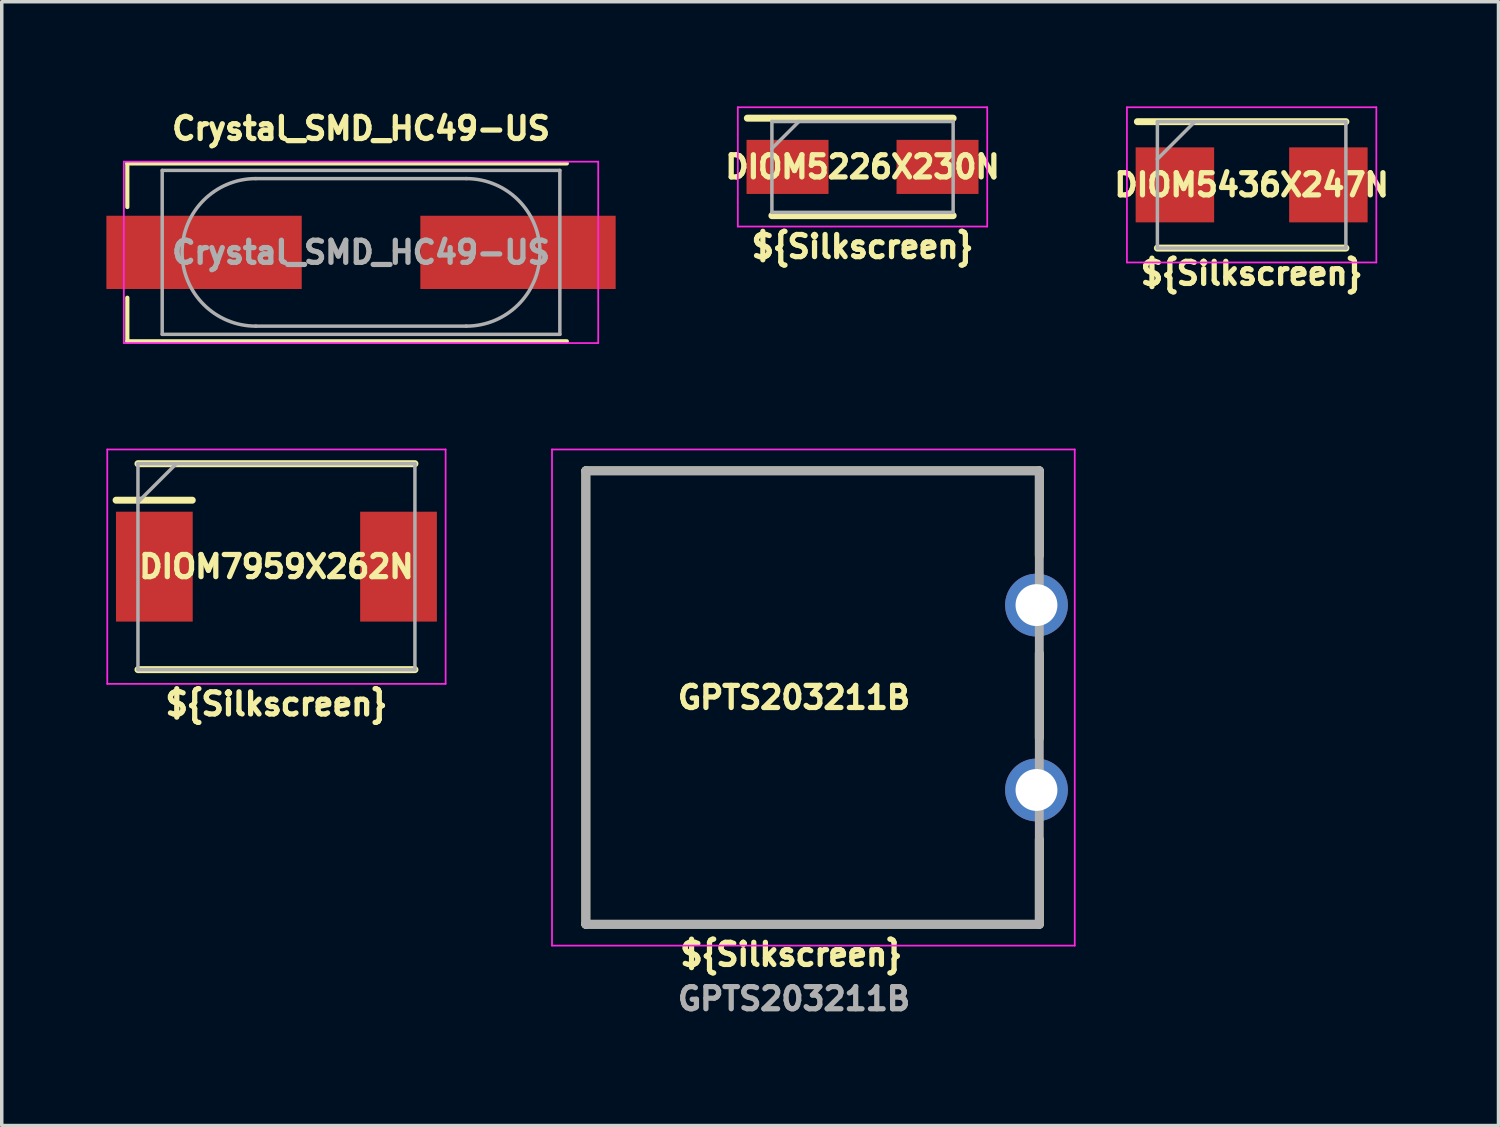
<source format=kicad_pcb>
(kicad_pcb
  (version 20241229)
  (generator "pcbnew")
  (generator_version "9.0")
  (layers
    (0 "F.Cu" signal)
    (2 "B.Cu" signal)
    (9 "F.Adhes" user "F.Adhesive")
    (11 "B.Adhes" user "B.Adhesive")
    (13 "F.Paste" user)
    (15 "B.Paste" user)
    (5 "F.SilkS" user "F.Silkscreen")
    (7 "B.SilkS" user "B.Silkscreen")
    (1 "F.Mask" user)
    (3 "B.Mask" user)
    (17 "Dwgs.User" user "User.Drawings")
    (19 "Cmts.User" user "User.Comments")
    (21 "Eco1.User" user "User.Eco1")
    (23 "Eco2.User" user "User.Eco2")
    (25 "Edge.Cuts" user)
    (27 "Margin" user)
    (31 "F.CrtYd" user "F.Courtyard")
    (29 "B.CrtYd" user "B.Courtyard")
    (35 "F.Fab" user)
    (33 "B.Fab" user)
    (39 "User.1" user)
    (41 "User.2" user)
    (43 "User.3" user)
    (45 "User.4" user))
  (footprint "Crystal_SMD_HC49-US"
    (layer "F.Cu")
    (at 7.3 4.185)
    (property "Reference" "Crystal_SMD_HC49-US" (at 0 -3.55 0) (layer "F.SilkS") (effects (font (size 0.635 0.635) (thickness 0.15))))
    (attr smd)
    (fp_line (start -6.7 -2.55) (end -6.7 -1.3) (stroke (width 0.12) (type solid)) (layer "F.SilkS"))
    (fp_line (start -6.7 1.3) (end -6.7 2.55) (stroke (width 0.12) (type solid)) (layer "F.SilkS"))
    (fp_line (start -6.7 2.55) (end 5.9 2.55) (stroke (width 0.12) (type solid)) (layer "F.SilkS"))
    (fp_line (start 5.9 -2.55) (end -6.7 -2.55) (stroke (width 0.12) (type solid)) (layer "F.SilkS"))
    (fp_line (start -6.8 -2.6) (end -6.8 2.6) (stroke (width 0.05) (type solid)) (layer "F.CrtYd"))
    (fp_line (start -6.8 2.6) (end 6.8 2.6) (stroke (width 0.05) (type solid)) (layer "F.CrtYd"))
    (fp_line (start 6.8 -2.6) (end -6.8 -2.6) (stroke (width 0.05) (type solid)) (layer "F.CrtYd"))
    (fp_line (start 6.8 2.6) (end 6.8 -2.6) (stroke (width 0.05) (type solid)) (layer "F.CrtYd"))
    (fp_line (start -5.7 -2.35) (end -5.7 2.35) (stroke (width 0.1) (type solid)) (layer "F.Fab"))
    (fp_line (start -5.7 2.35) (end 5.7 2.35) (stroke (width 0.1) (type solid)) (layer "F.Fab"))
    (fp_line (start -3.015 -2.115) (end 3.015 -2.115) (stroke (width 0.1) (type solid)) (layer "F.Fab"))
    (fp_line (start -3.015 2.115) (end 3.015 2.115) (stroke (width 0.1) (type solid)) (layer "F.Fab"))
    (fp_line (start 5.7 -2.35) (end -5.7 -2.35) (stroke (width 0.1) (type solid)) (layer "F.Fab"))
    (fp_line (start 5.7 2.35) (end 5.7 -2.35) (stroke (width 0.1) (type solid)) (layer "F.Fab"))
    (fp_arc (start -3.015 2.115) (mid -5.13 0) (end -3.015 -2.115) (stroke (width 0.1) (type solid)) (layer "F.Fab"))
    (fp_arc (start 3.015 -2.115) (mid 5.13 0) (end 3.015 2.115) (stroke (width 0.1) (type solid)) (layer "F.Fab"))
    (fp_text user "${REFERENCE}" (at 0 0 0) (layer "F.Fab") (effects (font (size 0.635 0.635) (thickness 0.15))))
    (pad "1" smd rect (at -4.5 0) (size 5.6 2.1) (layers "F.Cu" "F.Mask" "F.Paste"))
    (pad "2" smd rect (at 4.5 0) (size 5.6 2.1) (layers "F.Cu" "F.Mask" "F.Paste")))
  (footprint "GPTS203211B"
    (layer "F.Cu")
    (at 26.745 16.947)
    (property "Reference" "GPTS203211B" (at -7.033 0 0) (layer "F.SilkS") (effects (font (size 0.635 0.635) (thickness 0.15) (bold yes))))
    (attr through_hole)
    (fp_line (start -13 -6.5) (end -13 6.5) (stroke (width 0.254) (type solid)) (layer "F.SilkS"))
    (fp_line (start -13 6.5) (end 0 6.5) (stroke (width 0.254) (type solid)) (layer "F.SilkS"))
    (fp_line (start 0 -6.5) (end -13 -6.5) (stroke (width 0.254) (type solid)) (layer "F.SilkS"))
    (fp_line (start 0 -6.5) (end 0 -4.064) (stroke (width 0.254) (type solid)) (layer "F.SilkS"))
    (fp_line (start 0 -1.27) (end 0 1.166) (stroke (width 0.254) (type solid)) (layer "F.SilkS"))
    (fp_line (start 0 4.064) (end 0 6.5) (stroke (width 0.254) (type solid)) (layer "F.SilkS"))
    (fp_line (start -13.97 -7.112) (end 1.016 -7.112) (stroke (width 0.05) (type default)) (layer "F.CrtYd"))
    (fp_line (start -13.97 7.112) (end -13.97 -7.112) (stroke (width 0.05) (type default)) (layer "F.CrtYd"))
    (fp_line (start 1.016 -7.112) (end 1.016 7.112) (stroke (width 0.05) (type default)) (layer "F.CrtYd"))
    (fp_line (start 1.016 7.112) (end -13.97 7.112) (stroke (width 0.05) (type default)) (layer "F.CrtYd"))
    (fp_line (start -13 -6.5) (end 0 -6.5) (stroke (width 0.254) (type solid)) (layer "F.Fab"))
    (fp_line (start -13 6.5) (end -13 -6.5) (stroke (width 0.254) (type solid)) (layer "F.Fab"))
    (fp_line (start 0 -6.5) (end 0 6.5) (stroke (width 0.254) (type solid)) (layer "F.Fab"))
    (fp_line (start 0 6.5) (end -13 6.5) (stroke (width 0.254) (type solid)) (layer "F.Fab"))
    (fp_text user "${Silkscreen}" (at -7.112 7.366 0) (layer "F.SilkS") (effects (font (size 0.635 0.635) (thickness 0.15))))
    (fp_text user "${REFERENCE}" (at -7.033 8.636 0) (layer "F.Fab") (effects (font (size 0.635 0.635) (thickness 0.15))))
    (pad "1" thru_hole circle (at -0.081 2.65) (size 1.8 1.8) (drill 1.2) (layers "*.Cu" "*.Mask"))
    (pad "2" thru_hole circle (at -0.081 -2.65) (size 1.8 1.8) (drill 1.2) (layers "*.Cu" "*.Mask")))
  (footprint "DIOM5226X230N"
    (layer "F.Cu")
    (at 21.677 1.735)
    (property "Reference" "DIOM5226X230N" (at 0 0 0) (layer "F.SilkS") (effects (font (size 0.635 0.635) (thickness 0.15))))
    (property "Silkscreen" "${Silkscreen}" (at 0 2.286 0) (layer "F.SilkS") (effects (font (size 0.635 0.635) (thickness 0.15))))
    (attr smd)
    (fp_line (start -2.598 1.397) (end 2.598 1.397) (stroke (width 0.2) (type solid)) (layer "F.SilkS"))
    (fp_line (start 2.598 -1.397) (end -3.302 -1.397) (stroke (width 0.2) (type solid)) (layer "F.SilkS"))
    (fp_line (start -3.575 -1.71) (end 3.575 -1.71) (stroke (width 0.05) (type solid)) (layer "F.CrtYd"))
    (fp_line (start -3.575 1.71) (end -3.575 -1.71) (stroke (width 0.05) (type solid)) (layer "F.CrtYd"))
    (fp_line (start 3.575 -1.71) (end 3.575 1.71) (stroke (width 0.05) (type solid)) (layer "F.CrtYd"))
    (fp_line (start 3.575 1.71) (end -3.575 1.71) (stroke (width 0.05) (type solid)) (layer "F.CrtYd"))
    (fp_line (start -2.598 -1.302) (end 2.598 -1.302) (stroke (width 0.1) (type solid)) (layer "F.Fab"))
    (fp_line (start -2.598 -0.528) (end -1.822 -1.302) (stroke (width 0.1) (type solid)) (layer "F.Fab"))
    (fp_line (start -2.598 1.302) (end -2.598 -1.302) (stroke (width 0.1) (type solid)) (layer "F.Fab"))
    (fp_line (start 2.598 -1.302) (end 2.598 1.302) (stroke (width 0.1) (type solid)) (layer "F.Fab"))
    (fp_line (start 2.598 1.302) (end -2.598 1.302) (stroke (width 0.1) (type solid)) (layer "F.Fab"))
    (pad "1" smd rect (at -2.15 0 90) (size 1.55 2.35) (layers "F.Cu" "F.Mask" "F.Paste"))
    (pad "2" smd rect (at 2.15 0 90) (size 1.55 2.35) (layers "F.Cu" "F.Mask" "F.Paste")))
  (footprint "DIOM7959X262N"
    (layer "F.Cu")
    (at 4.875 13.195)
    (property "Reference" "DIOM7959X262N" (at 0 0 0) (layer "F.SilkS") (effects (font (size 0.635 0.635) (thickness 0.15))))
    (property "Silksreen" "${Silkscreen}" (at 0 3.937 0) (layer "F.SilkS") (effects (font (size 0.635 0.635) (thickness 0.15))))
    (attr smd)
    (fp_line (start -3.97 2.952) (end 3.97 2.952) (stroke (width 0.2) (type solid)) (layer "F.SilkS"))
    (fp_line (start -2.413 -1.905) (end -4.597 -1.905) (stroke (width 0.2) (type solid)) (layer "F.SilkS"))
    (fp_line (start 3.97 -2.952) (end -3.97 -2.952) (stroke (width 0.2) (type solid)) (layer "F.SilkS"))
    (fp_line (start -4.85 -3.36) (end 4.85 -3.36) (stroke (width 0.05) (type solid)) (layer "F.CrtYd"))
    (fp_line (start -4.85 3.36) (end -4.85 -3.36) (stroke (width 0.05) (type solid)) (layer "F.CrtYd"))
    (fp_line (start 4.85 -3.36) (end 4.85 3.36) (stroke (width 0.05) (type solid)) (layer "F.CrtYd"))
    (fp_line (start 4.85 3.36) (end -4.85 3.36) (stroke (width 0.05) (type solid)) (layer "F.CrtYd"))
    (fp_line (start -3.97 -2.952) (end 3.97 -2.952) (stroke (width 0.1) (type solid)) (layer "F.Fab"))
    (fp_line (start -3.97 -1.852) (end -2.87 -2.952) (stroke (width 0.1) (type solid)) (layer "F.Fab"))
    (fp_line (start -3.97 2.952) (end -3.97 -2.952) (stroke (width 0.1) (type solid)) (layer "F.Fab"))
    (fp_line (start 3.97 -2.952) (end 3.97 2.952) (stroke (width 0.1) (type solid)) (layer "F.Fab"))
    (fp_line (start 3.97 2.952) (end -3.97 2.952) (stroke (width 0.1) (type solid)) (layer "F.Fab"))
    (pad "1" smd rect (at -3.5 0) (size 2.2 3.15) (layers "F.Cu" "F.Mask" "F.Paste"))
    (pad "2" smd rect (at 3.5 0) (size 2.2 3.15) (layers "F.Cu" "F.Mask" "F.Paste")))
  (footprint "DIOM5436X247N"
    (layer "F.Cu")
    (at 32.832 2.25)
    (property "Reference" "DIOM5436X247N" (at 0 0 0) (layer "F.SilkS") (effects (font (size 0.635 0.635) (thickness 0.15) (bold yes))))
    (property "Silkscreen" "${Silkscreen}" (at 0 2.54 0) (layer "F.SilkS") (effects (font (size 0.635 0.635) (thickness 0.15))))
    (attr smd)
    (fp_line (start -2.702 1.812) (end 2.702 1.812) (stroke (width 0.2) (type solid)) (layer "F.SilkS"))
    (fp_line (start 2.702 -1.812) (end -3.275 -1.812) (stroke (width 0.2) (type solid)) (layer "F.SilkS"))
    (fp_line (start -3.575 -2.225) (end 3.575 -2.225) (stroke (width 0.05) (type solid)) (layer "F.CrtYd"))
    (fp_line (start -3.575 2.225) (end -3.575 -2.225) (stroke (width 0.05) (type solid)) (layer "F.CrtYd"))
    (fp_line (start 3.575 -2.225) (end 3.575 2.225) (stroke (width 0.05) (type solid)) (layer "F.CrtYd"))
    (fp_line (start 3.575 2.225) (end -3.575 2.225) (stroke (width 0.05) (type solid)) (layer "F.CrtYd"))
    (fp_line (start -2.702 -1.812) (end 2.702 -1.812) (stroke (width 0.1) (type solid)) (layer "F.Fab"))
    (fp_line (start -2.702 -0.738) (end -1.628 -1.812) (stroke (width 0.1) (type solid)) (layer "F.Fab"))
    (fp_line (start -2.702 1.812) (end -2.702 -1.812) (stroke (width 0.1) (type solid)) (layer "F.Fab"))
    (fp_line (start 2.702 -1.812) (end 2.702 1.812) (stroke (width 0.1) (type solid)) (layer "F.Fab"))
    (fp_line (start 2.702 1.812) (end -2.702 1.812) (stroke (width 0.1) (type solid)) (layer "F.Fab"))
    (pad "1" smd rect (at -2.2 0 90) (size 2.15 2.25) (layers "F.Cu" "F.Mask" "F.Paste"))
    (pad "2" smd rect (at 2.2 0 90) (size 2.15 2.25) (layers "F.Cu" "F.Mask" "F.Paste")))
  (gr_rect
    (start -3 -3)
    (end 39.909 29.217)
    (stroke (width 0.1) (type default))
    (fill no)
    (layer "Edge.Cuts")))
</source>
